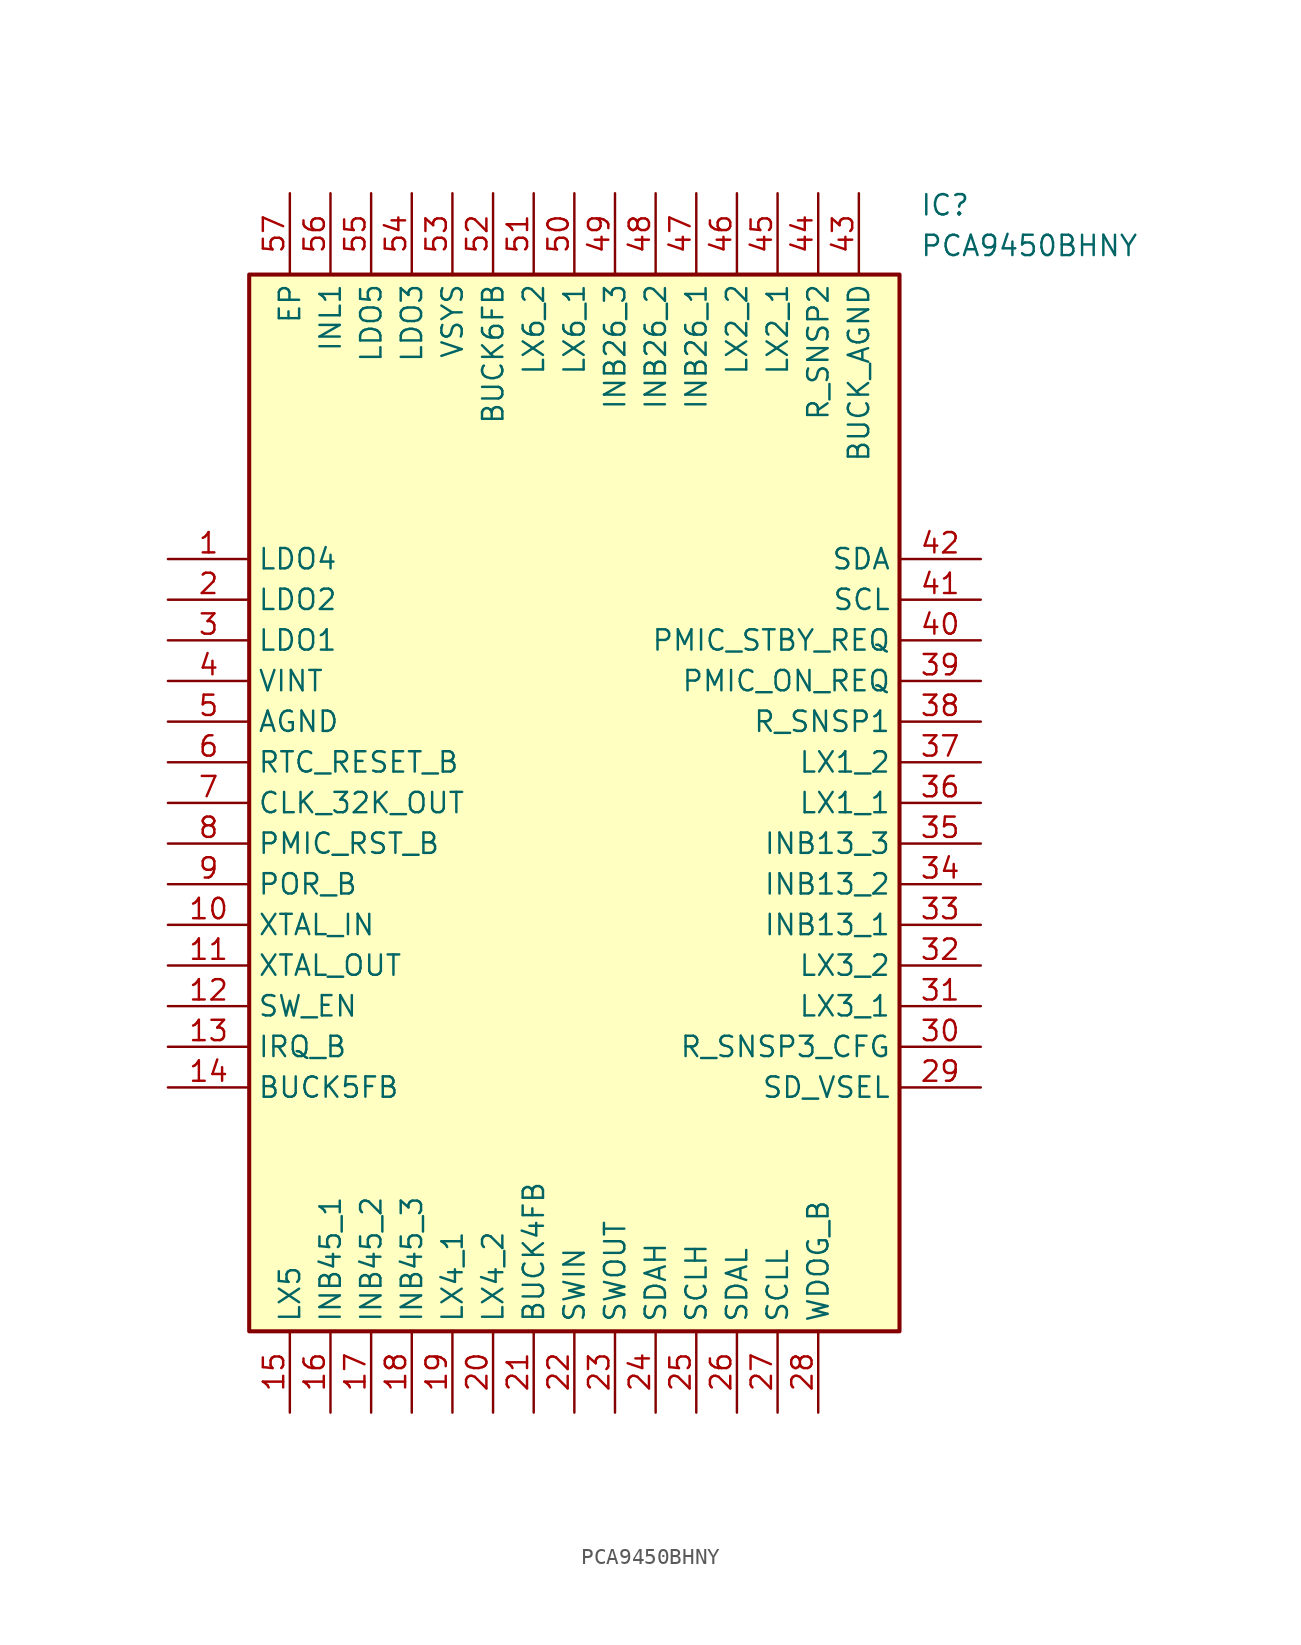
<source format=kicad_sym>
(kicad_symbol_lib
  (version 20211014)
  (generator SamacSys_ECAD_Model)
  (symbol "PCA9450BHNY"
    (property "Reference" "IC"
      (at 46.99 22.86 0)
      (effects (font (size 1.27 1.27)) (justify left top)))
    (property "Value" "PCA9450BHNY"
      (at 46.99 20.32 0)
      (effects (font (size 1.27 1.27)) (justify left top)))
    (rectangle
      (start 5.08 17.78)
      (end 45.72 -48.26)
      (stroke (width 0.254) (type default))
      (fill (type background)))
    (pin passive line
      (at 0 0 0)
      (length 5.08)
      (name "LDO4" (effects (font (size 1.27 1.27))))
      (number "1" (effects (font (size 1.27 1.27)))))
    (pin passive line
      (at 0 -2.54 0)
      (length 5.08)
      (name "LDO2" (effects (font (size 1.27 1.27))))
      (number "2" (effects (font (size 1.27 1.27)))))
    (pin passive line
      (at 0 -5.08 0)
      (length 5.08)
      (name "LDO1" (effects (font (size 1.27 1.27))))
      (number "3" (effects (font (size 1.27 1.27)))))
    (pin passive line
      (at 0 -7.62 0)
      (length 5.08)
      (name "VINT" (effects (font (size 1.27 1.27))))
      (number "4" (effects (font (size 1.27 1.27)))))
    (pin passive line
      (at 0 -10.16 0)
      (length 5.08)
      (name "AGND" (effects (font (size 1.27 1.27))))
      (number "5" (effects (font (size 1.27 1.27)))))
    (pin passive line
      (at 0 -12.7 0)
      (length 5.08)
      (name "RTC_RESET_B" (effects (font (size 1.27 1.27))))
      (number "6" (effects (font (size 1.27 1.27)))))
    (pin passive line
      (at 0 -15.24 0)
      (length 5.08)
      (name "CLK_32K_OUT" (effects (font (size 1.27 1.27))))
      (number "7" (effects (font (size 1.27 1.27)))))
    (pin passive line
      (at 0 -17.78 0)
      (length 5.08)
      (name "PMIC_RST_B" (effects (font (size 1.27 1.27))))
      (number "8" (effects (font (size 1.27 1.27)))))
    (pin passive line
      (at 0 -20.32 0)
      (length 5.08)
      (name "POR_B" (effects (font (size 1.27 1.27))))
      (number "9" (effects (font (size 1.27 1.27)))))
    (pin passive line
      (at 0 -22.86 0)
      (length 5.08)
      (name "XTAL_IN" (effects (font (size 1.27 1.27))))
      (number "10" (effects (font (size 1.27 1.27)))))
    (pin passive line
      (at 0 -25.4 0)
      (length 5.08)
      (name "XTAL_OUT" (effects (font (size 1.27 1.27))))
      (number "11" (effects (font (size 1.27 1.27)))))
    (pin passive line
      (at 0 -27.94 0)
      (length 5.08)
      (name "SW_EN" (effects (font (size 1.27 1.27))))
      (number "12" (effects (font (size 1.27 1.27)))))
    (pin passive line
      (at 0 -30.48 0)
      (length 5.08)
      (name "IRQ_B" (effects (font (size 1.27 1.27))))
      (number "13" (effects (font (size 1.27 1.27)))))
    (pin passive line
      (at 0 -33.02 0)
      (length 5.08)
      (name "BUCK5FB" (effects (font (size 1.27 1.27))))
      (number "14" (effects (font (size 1.27 1.27)))))
    (pin passive line
      (at 7.62 -53.34 90)
      (length 5.08)
      (name "LX5" (effects (font (size 1.27 1.27))))
      (number "15" (effects (font (size 1.27 1.27)))))
    (pin passive line
      (at 10.16 -53.34 90)
      (length 5.08)
      (name "INB45_1" (effects (font (size 1.27 1.27))))
      (number "16" (effects (font (size 1.27 1.27)))))
    (pin passive line
      (at 12.7 -53.34 90)
      (length 5.08)
      (name "INB45_2" (effects (font (size 1.27 1.27))))
      (number "17" (effects (font (size 1.27 1.27)))))
    (pin passive line
      (at 15.24 -53.34 90)
      (length 5.08)
      (name "INB45_3" (effects (font (size 1.27 1.27))))
      (number "18" (effects (font (size 1.27 1.27)))))
    (pin passive line
      (at 17.78 -53.34 90)
      (length 5.08)
      (name "LX4_1" (effects (font (size 1.27 1.27))))
      (number "19" (effects (font (size 1.27 1.27)))))
    (pin passive line
      (at 20.32 -53.34 90)
      (length 5.08)
      (name "LX4_2" (effects (font (size 1.27 1.27))))
      (number "20" (effects (font (size 1.27 1.27)))))
    (pin passive line
      (at 22.86 -53.34 90)
      (length 5.08)
      (name "BUCK4FB" (effects (font (size 1.27 1.27))))
      (number "21" (effects (font (size 1.27 1.27)))))
    (pin passive line
      (at 25.4 -53.34 90)
      (length 5.08)
      (name "SWIN" (effects (font (size 1.27 1.27))))
      (number "22" (effects (font (size 1.27 1.27)))))
    (pin passive line
      (at 27.94 -53.34 90)
      (length 5.08)
      (name "SWOUT" (effects (font (size 1.27 1.27))))
      (number "23" (effects (font (size 1.27 1.27)))))
    (pin passive line
      (at 30.48 -53.34 90)
      (length 5.08)
      (name "SDAH" (effects (font (size 1.27 1.27))))
      (number "24" (effects (font (size 1.27 1.27)))))
    (pin passive line
      (at 33.02 -53.34 90)
      (length 5.08)
      (name "SCLH" (effects (font (size 1.27 1.27))))
      (number "25" (effects (font (size 1.27 1.27)))))
    (pin passive line
      (at 35.56 -53.34 90)
      (length 5.08)
      (name "SDAL" (effects (font (size 1.27 1.27))))
      (number "26" (effects (font (size 1.27 1.27)))))
    (pin passive line
      (at 38.1 -53.34 90)
      (length 5.08)
      (name "SCLL" (effects (font (size 1.27 1.27))))
      (number "27" (effects (font (size 1.27 1.27)))))
    (pin passive line
      (at 40.64 -53.34 90)
      (length 5.08)
      (name "WDOG_B" (effects (font (size 1.27 1.27))))
      (number "28" (effects (font (size 1.27 1.27)))))
    (pin passive line
      (at 50.8 0 180)
      (length 5.08)
      (name "SDA" (effects (font (size 1.27 1.27))))
      (number "42" (effects (font (size 1.27 1.27)))))
    (pin passive line
      (at 50.8 -2.54 180)
      (length 5.08)
      (name "SCL" (effects (font (size 1.27 1.27))))
      (number "41" (effects (font (size 1.27 1.27)))))
    (pin passive line
      (at 50.8 -5.08 180)
      (length 5.08)
      (name "PMIC_STBY_REQ" (effects (font (size 1.27 1.27))))
      (number "40" (effects (font (size 1.27 1.27)))))
    (pin passive line
      (at 50.8 -7.62 180)
      (length 5.08)
      (name "PMIC_ON_REQ" (effects (font (size 1.27 1.27))))
      (number "39" (effects (font (size 1.27 1.27)))))
    (pin passive line
      (at 50.8 -10.16 180)
      (length 5.08)
      (name "R_SNSP1" (effects (font (size 1.27 1.27))))
      (number "38" (effects (font (size 1.27 1.27)))))
    (pin passive line
      (at 50.8 -12.7 180)
      (length 5.08)
      (name "LX1_2" (effects (font (size 1.27 1.27))))
      (number "37" (effects (font (size 1.27 1.27)))))
    (pin passive line
      (at 50.8 -15.24 180)
      (length 5.08)
      (name "LX1_1" (effects (font (size 1.27 1.27))))
      (number "36" (effects (font (size 1.27 1.27)))))
    (pin passive line
      (at 50.8 -17.78 180)
      (length 5.08)
      (name "INB13_3" (effects (font (size 1.27 1.27))))
      (number "35" (effects (font (size 1.27 1.27)))))
    (pin passive line
      (at 50.8 -20.32 180)
      (length 5.08)
      (name "INB13_2" (effects (font (size 1.27 1.27))))
      (number "34" (effects (font (size 1.27 1.27)))))
    (pin passive line
      (at 50.8 -22.86 180)
      (length 5.08)
      (name "INB13_1" (effects (font (size 1.27 1.27))))
      (number "33" (effects (font (size 1.27 1.27)))))
    (pin passive line
      (at 50.8 -25.4 180)
      (length 5.08)
      (name "LX3_2" (effects (font (size 1.27 1.27))))
      (number "32" (effects (font (size 1.27 1.27)))))
    (pin passive line
      (at 50.8 -27.94 180)
      (length 5.08)
      (name "LX3_1" (effects (font (size 1.27 1.27))))
      (number "31" (effects (font (size 1.27 1.27)))))
    (pin passive line
      (at 50.8 -30.48 180)
      (length 5.08)
      (name "R_SNSP3_CFG" (effects (font (size 1.27 1.27))))
      (number "30" (effects (font (size 1.27 1.27)))))
    (pin passive line
      (at 50.8 -33.02 180)
      (length 5.08)
      (name "SD_VSEL" (effects (font (size 1.27 1.27))))
      (number "29" (effects (font (size 1.27 1.27)))))
    (pin passive line
      (at 7.62 22.86 270)
      (length 5.08)
      (name "EP" (effects (font (size 1.27 1.27))))
      (number "57" (effects (font (size 1.27 1.27)))))
    (pin passive line
      (at 10.16 22.86 270)
      (length 5.08)
      (name "INL1" (effects (font (size 1.27 1.27))))
      (number "56" (effects (font (size 1.27 1.27)))))
    (pin passive line
      (at 12.7 22.86 270)
      (length 5.08)
      (name "LDO5" (effects (font (size 1.27 1.27))))
      (number "55" (effects (font (size 1.27 1.27)))))
    (pin passive line
      (at 15.24 22.86 270)
      (length 5.08)
      (name "LDO3" (effects (font (size 1.27 1.27))))
      (number "54" (effects (font (size 1.27 1.27)))))
    (pin passive line
      (at 17.78 22.86 270)
      (length 5.08)
      (name "VSYS" (effects (font (size 1.27 1.27))))
      (number "53" (effects (font (size 1.27 1.27)))))
    (pin passive line
      (at 20.32 22.86 270)
      (length 5.08)
      (name "BUCK6FB" (effects (font (size 1.27 1.27))))
      (number "52" (effects (font (size 1.27 1.27)))))
    (pin passive line
      (at 22.86 22.86 270)
      (length 5.08)
      (name "LX6_2" (effects (font (size 1.27 1.27))))
      (number "51" (effects (font (size 1.27 1.27)))))
    (pin passive line
      (at 25.4 22.86 270)
      (length 5.08)
      (name "LX6_1" (effects (font (size 1.27 1.27))))
      (number "50" (effects (font (size 1.27 1.27)))))
    (pin passive line
      (at 27.94 22.86 270)
      (length 5.08)
      (name "INB26_3" (effects (font (size 1.27 1.27))))
      (number "49" (effects (font (size 1.27 1.27)))))
    (pin passive line
      (at 30.48 22.86 270)
      (length 5.08)
      (name "INB26_2" (effects (font (size 1.27 1.27))))
      (number "48" (effects (font (size 1.27 1.27)))))
    (pin passive line
      (at 33.02 22.86 270)
      (length 5.08)
      (name "INB26_1" (effects (font (size 1.27 1.27))))
      (number "47" (effects (font (size 1.27 1.27)))))
    (pin passive line
      (at 35.56 22.86 270)
      (length 5.08)
      (name "LX2_2" (effects (font (size 1.27 1.27))))
      (number "46" (effects (font (size 1.27 1.27)))))
    (pin passive line
      (at 38.1 22.86 270)
      (length 5.08)
      (name "LX2_1" (effects (font (size 1.27 1.27))))
      (number "45" (effects (font (size 1.27 1.27)))))
    (pin passive line
      (at 40.64 22.86 270)
      (length 5.08)
      (name "R_SNSP2" (effects (font (size 1.27 1.27))))
      (number "44" (effects (font (size 1.27 1.27)))))
    (pin passive line
      (at 43.18 22.86 270)
      (length 5.08)
      (name "BUCK_AGND" (effects (font (size 1.27 1.27))))
      (number "43" (effects (font (size 1.27 1.27)))))))
</source>
